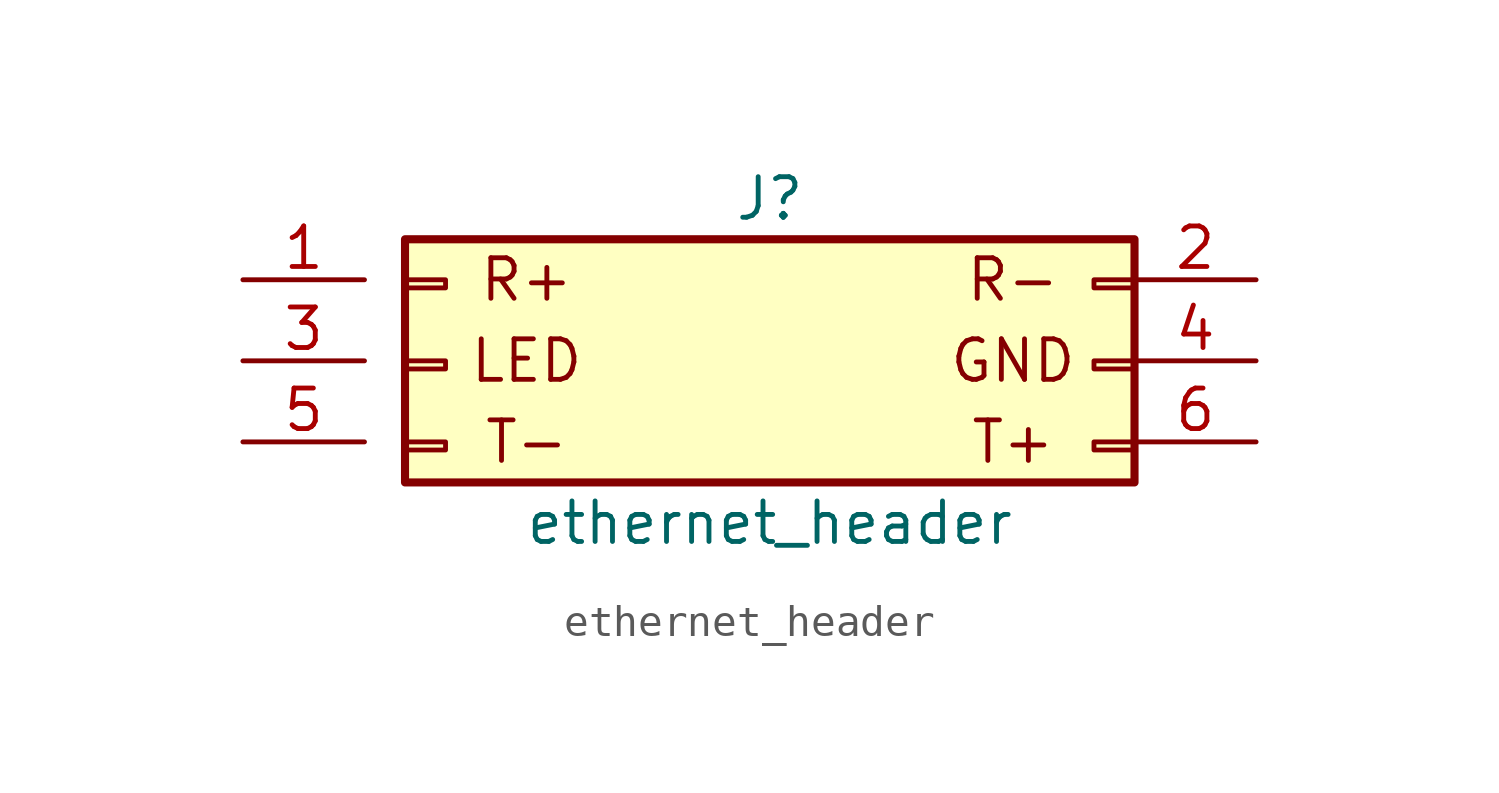
<source format=kicad_sym>
(kicad_symbol_lib
  (version 20211014)
  (generator kicad_symbol_editor)
  (symbol "ethernet_header"
    (pin_names
      (offset 1.016) hide)
    (property "Reference" "J"
      (at 1.27 5.08 0)
      (effects (font (size 1.27 1.27))))
    (property "Value" "ethernet_header"
      (at 1.27 -5.08 0)
      (effects (font (size 1.27 1.27))))
    (symbol "ethernet_header_0_0"
      (text "GND" (at 8.89 0 0) (effects (font (size 1.27 1.27))))
      (text "LED" (at -6.35 0 0) (effects (font (size 1.27 1.27))))
      (text "R+" (at -6.35 2.54 0) (effects (font (size 1.27 1.27))))
      (text "R-" (at 8.89 2.54 0) (effects (font (size 1.27 1.27))))
      (text "T+" (at 8.89 -2.54 0) (effects (font (size 1.27 1.27))))
      (text "T-" (at -6.35 -2.54 0) (effects (font (size 1.27 1.27)))))
    (symbol "ethernet_header_1_1"
      (rectangle (start -10.16 -2.54) (end -8.89 -2.794) (stroke (width 0.152) (type default) (color 0 0 0 0)) (fill (type none)))
      (rectangle (start -10.16 0) (end -8.89 -0.254) (stroke (width 0.152) (type default) (color 0 0 0 0)) (fill (type none)))
      (rectangle (start -10.16 2.54) (end -8.89 2.286) (stroke (width 0.152) (type default) (color 0 0 0 0)) (fill (type none)))
      (rectangle (start -10.16 3.81) (end 12.7 -3.81) (stroke (width 0.254) (type default) (color 0 0 0 0)) (fill (type background)))
      (rectangle (start 12.7 -2.54) (end 11.43 -2.794) (stroke (width 0.152) (type default) (color 0 0 0 0)) (fill (type none)))
      (rectangle (start 12.7 0) (end 11.43 -0.254) (stroke (width 0.152) (type default) (color 0 0 0 0)) (fill (type none)))
      (rectangle (start 12.7 2.54) (end 11.43 2.286) (stroke (width 0.152) (type default) (color 0 0 0 0)) (fill (type none)))
      (pin passive line (at -15.24 2.54 0) (length 3.81) (name "Pin_1" (effects (font (size 1.27 1.27)))) (number "1" (effects (font (size 1.27 1.27)))))
      (pin passive line (at 16.51 2.54 180) (length 3.81) (name "Pin_2" (effects (font (size 1.27 1.27)))) (number "2" (effects (font (size 1.27 1.27)))))
      (pin passive line (at -15.24 0 0) (length 3.81) (name "Pin_3" (effects (font (size 1.27 1.27)))) (number "3" (effects (font (size 1.27 1.27)))))
      (pin passive line (at 16.51 0 180) (length 3.81) (name "Pin_4" (effects (font (size 1.27 1.27)))) (number "4" (effects (font (size 1.27 1.27)))))
      (pin passive line (at -15.24 -2.54 0) (length 3.81) (name "Pin_5" (effects (font (size 1.27 1.27)))) (number "5" (effects (font (size 1.27 1.27)))))
      (pin passive line (at 16.51 -2.54 180) (length 3.81) (name "Pin_6" (effects (font (size 1.27 1.27)))) (number "6" (effects (font (size 1.27 1.27))))))))
</source>
